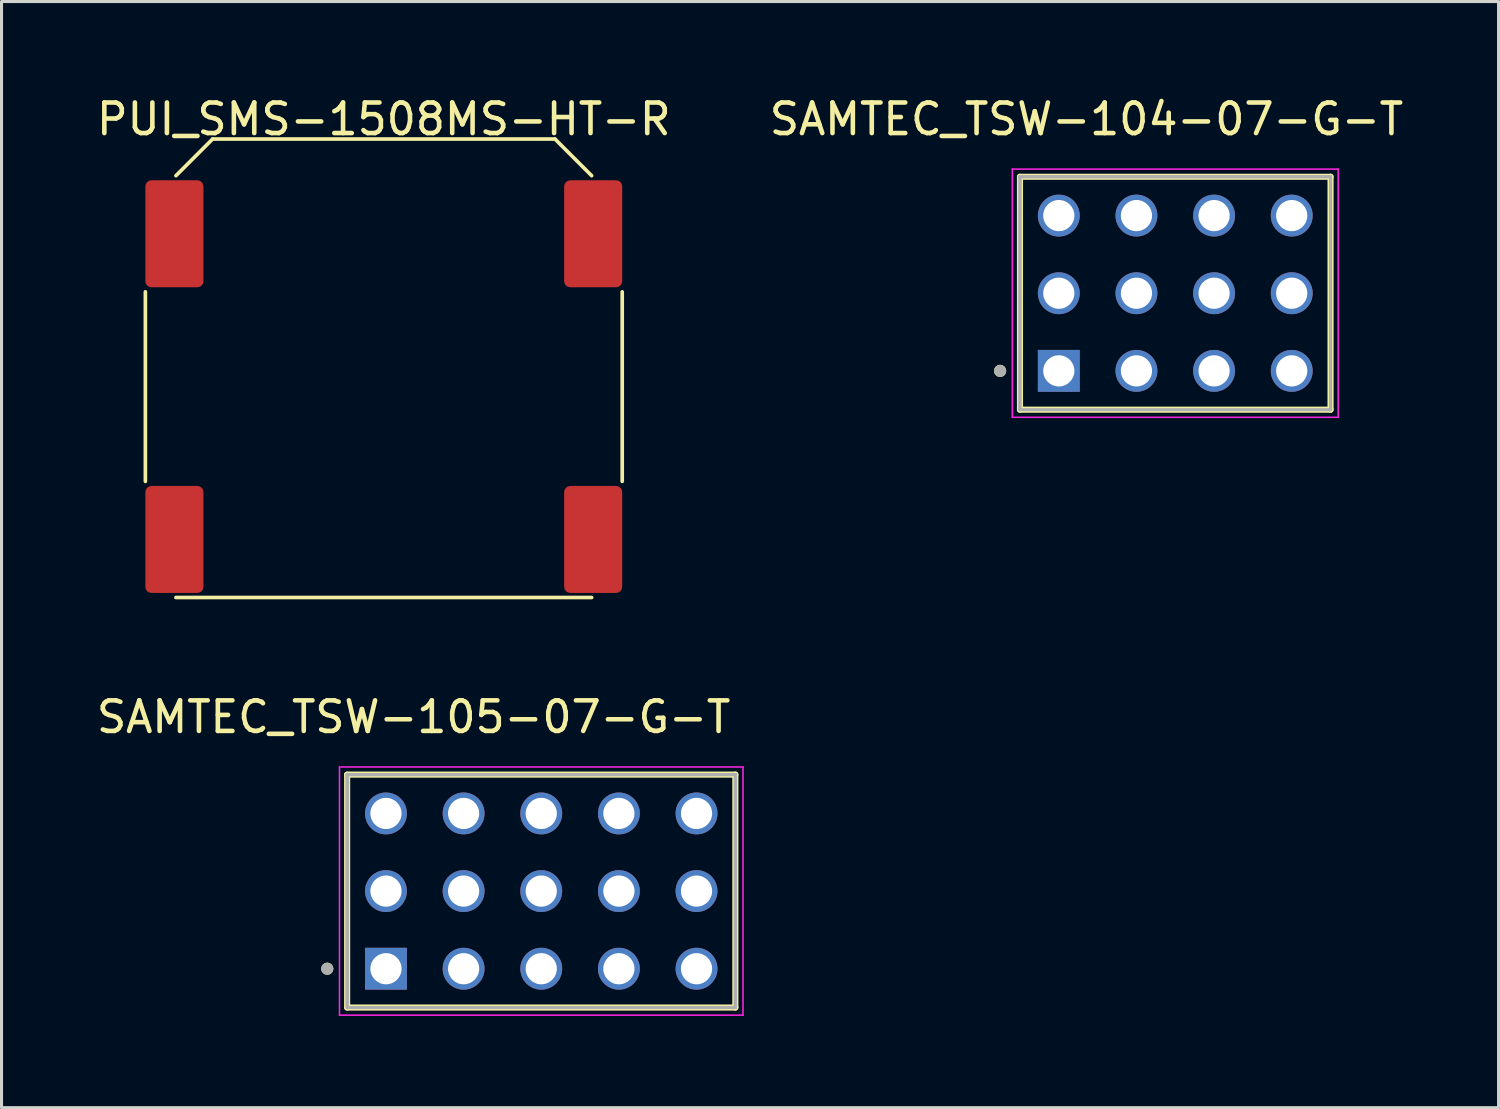
<source format=kicad_pcb>
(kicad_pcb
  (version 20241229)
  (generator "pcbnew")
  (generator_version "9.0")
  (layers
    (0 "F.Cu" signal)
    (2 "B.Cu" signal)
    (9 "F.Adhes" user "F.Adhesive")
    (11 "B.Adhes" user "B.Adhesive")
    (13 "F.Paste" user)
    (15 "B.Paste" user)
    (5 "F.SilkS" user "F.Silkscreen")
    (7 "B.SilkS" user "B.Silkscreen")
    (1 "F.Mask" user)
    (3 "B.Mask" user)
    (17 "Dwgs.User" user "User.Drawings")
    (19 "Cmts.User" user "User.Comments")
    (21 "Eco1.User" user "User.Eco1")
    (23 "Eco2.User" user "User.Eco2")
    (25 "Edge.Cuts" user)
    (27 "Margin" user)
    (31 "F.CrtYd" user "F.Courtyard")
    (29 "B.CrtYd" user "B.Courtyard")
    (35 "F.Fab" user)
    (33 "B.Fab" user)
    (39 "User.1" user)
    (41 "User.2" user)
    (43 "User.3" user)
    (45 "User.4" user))
  (footprint "PUI_SMS-1508MS-HT-R"
    (layer "F.Cu")
    (at 9.506 9.098)
    (property "Reference" "PUI_SMS-1508MS-HT-R" (at 0 -8.25 0) (unlocked yes) (layer "F.SilkS") (effects (font (size 1 1) (thickness 0.15))))
    (attr smd)
    (fp_line (start -7.8 3.6) (end -7.8 -2.6) (stroke (width 0.12) (type solid)) (layer "F.SilkS"))
    (fp_line (start -6.8 -6.4) (end -5.6 -7.6) (stroke (width 0.12) (type solid)) (layer "F.SilkS"))
    (fp_line (start -5.6 -7.6) (end 5.6 -7.6) (stroke (width 0.12) (type solid)) (layer "F.SilkS"))
    (fp_line (start 5.6 -7.6) (end 6.8 -6.4) (stroke (width 0.12) (type solid)) (layer "F.SilkS"))
    (fp_line (start 6.8 7.4) (end -6.8 7.4) (stroke (width 0.12) (type solid)) (layer "F.SilkS"))
    (fp_line (start 7.8 -2.6) (end 7.8 3.6) (stroke (width 0.12) (type solid)) (layer "F.SilkS"))
    (pad "1" smd roundrect (at 6.85 5.5) (size 1.9 3.5) (layers "F.Cu" "F.Mask" "F.Paste") (roundrect_rratio 0.105))
    (pad "2" smd roundrect (at -6.85 5.5) (size 1.9 3.5) (layers "F.Cu" "F.Mask" "F.Paste") (roundrect_rratio 0.105))
    (pad "NC" smd roundrect (at -6.85 -4.5) (size 1.9 3.5) (layers "F.Cu" "F.Mask" "F.Paste") (roundrect_rratio 0.105))
    (pad "NC" smd roundrect (at 6.85 -4.5) (size 1.9 3.5) (layers "F.Cu" "F.Mask" "F.Paste") (roundrect_rratio 0.105))
    (zone (net_name "") (layer "F.Cu") (hatch edge 0.508) (connect_pads) (min_thickness 0.254) (filled_areas_thickness no) (keepout (tracks allowed) (vias allowed) (pads not_allowed) (copperpour allowed) (footprints not_allowed)) (placement (enabled no)) (fill) (polygon (pts (xy 14.506 14.598) (xy 4.506 14.598) (xy 4.506 3.598) (xy 14.506 3.598)))))
  (footprint "SAMTEC_TSW-104-07-G-T"
    (layer "F.Cu")
    (at 35.399 6.543)
    (property "Reference" "SAMTEC_TSW-104-07-G-T" (at -2.905 -5.695 0) (layer "F.SilkS") (effects (font (size 1 1) (thickness 0.15))))
    (attr through_hole)
    (fp_line (start -5.08 3.81) (end -5.08 -3.81) (stroke (width 0.2) (type solid)) (layer "F.SilkS"))
    (fp_line (start 5.08 -3.81) (end -5.08 -3.81) (stroke (width 0.2) (type solid)) (layer "F.SilkS"))
    (fp_line (start 5.08 -3.81) (end 5.08 3.81) (stroke (width 0.2) (type solid)) (layer "F.SilkS"))
    (fp_line (start 5.08 3.81) (end -5.08 3.81) (stroke (width 0.2) (type solid)) (layer "F.SilkS"))
    (fp_circle (center -5.73 2.54) (end -5.63 2.54) (stroke (width 0.2) (type solid)) (fill no) (layer "F.SilkS"))
    (fp_line (start -5.33 -4.06) (end 5.33 -4.06) (stroke (width 0.05) (type solid)) (layer "F.CrtYd"))
    (fp_line (start -5.33 4.06) (end -5.33 -4.06) (stroke (width 0.05) (type solid)) (layer "F.CrtYd"))
    (fp_line (start 5.33 -4.06) (end 5.33 4.06) (stroke (width 0.05) (type solid)) (layer "F.CrtYd"))
    (fp_line (start 5.33 4.06) (end -5.33 4.06) (stroke (width 0.05) (type solid)) (layer "F.CrtYd"))
    (fp_line (start -5.08 -3.81) (end 5.08 -3.81) (stroke (width 0.1) (type solid)) (layer "F.Fab"))
    (fp_line (start -5.08 -3.81) (end 5.08 -3.81) (stroke (width 0.1) (type solid)) (layer "F.Fab"))
    (fp_line (start -5.08 3.81) (end -5.08 -3.81) (stroke (width 0.1) (type solid)) (layer "F.Fab"))
    (fp_line (start -5.08 3.81) (end -5.08 -3.81) (stroke (width 0.1) (type solid)) (layer "F.Fab"))
    (fp_line (start 5.08 -3.81) (end 5.08 3.81) (stroke (width 0.1) (type solid)) (layer "F.Fab"))
    (fp_line (start 5.08 -3.81) (end 5.08 3.81) (stroke (width 0.1) (type solid)) (layer "F.Fab"))
    (fp_line (start 5.08 3.81) (end -5.08 3.81) (stroke (width 0.1) (type solid)) (layer "F.Fab"))
    (fp_circle (center -5.73 2.54) (end -5.63 2.54) (stroke (width 0.2) (type solid)) (fill no) (layer "F.Fab"))
    (pad "1" thru_hole rect (at -3.81 2.54) (size 1.37 1.37) (drill 1.02) (layers "*.Cu" "*.Mask"))
    (pad "2" thru_hole circle (at -3.81 0) (size 1.37 1.37) (drill 1.02) (layers "*.Cu" "*.Mask"))
    (pad "3" thru_hole circle (at -3.81 -2.54) (size 1.37 1.37) (drill 1.02) (layers "*.Cu" "*.Mask"))
    (pad "4" thru_hole circle (at -1.27 2.54) (size 1.37 1.37) (drill 1.02) (layers "*.Cu" "*.Mask"))
    (pad "5" thru_hole circle (at -1.27 0) (size 1.37 1.37) (drill 1.02) (layers "*.Cu" "*.Mask"))
    (pad "6" thru_hole circle (at -1.27 -2.54) (size 1.37 1.37) (drill 1.02) (layers "*.Cu" "*.Mask"))
    (pad "7" thru_hole circle (at 1.27 2.54) (size 1.37 1.37) (drill 1.02) (layers "*.Cu" "*.Mask"))
    (pad "8" thru_hole circle (at 1.27 0) (size 1.37 1.37) (drill 1.02) (layers "*.Cu" "*.Mask"))
    (pad "9" thru_hole circle (at 1.27 -2.54) (size 1.37 1.37) (drill 1.02) (layers "*.Cu" "*.Mask"))
    (pad "10" thru_hole circle (at 3.81 2.54) (size 1.37 1.37) (drill 1.02) (layers "*.Cu" "*.Mask"))
    (pad "11" thru_hole circle (at 3.81 0) (size 1.37 1.37) (drill 1.02) (layers "*.Cu" "*.Mask"))
    (pad "12" thru_hole circle (at 3.81 -2.54) (size 1.37 1.37) (drill 1.02) (layers "*.Cu" "*.Mask")))
  (footprint "SAMTEC_TSW-105-07-G-T"
    (layer "F.Cu")
    (at 14.657 26.102)
    (property "Reference" "SAMTEC_TSW-105-07-G-T" (at -4.175 -5.695 0) (layer "F.SilkS") (effects (font (size 1 1) (thickness 0.15))))
    (attr through_hole)
    (fp_line (start -6.35 3.81) (end -6.35 -3.81) (stroke (width 0.2) (type solid)) (layer "F.SilkS"))
    (fp_line (start 6.35 -3.81) (end -6.35 -3.81) (stroke (width 0.2) (type solid)) (layer "F.SilkS"))
    (fp_line (start 6.35 -3.81) (end 6.35 3.81) (stroke (width 0.2) (type solid)) (layer "F.SilkS"))
    (fp_line (start 6.35 3.81) (end -6.35 3.81) (stroke (width 0.2) (type solid)) (layer "F.SilkS"))
    (fp_circle (center -7 2.54) (end -6.9 2.54) (stroke (width 0.2) (type solid)) (fill no) (layer "F.SilkS"))
    (fp_line (start -6.6 -4.06) (end 6.6 -4.06) (stroke (width 0.05) (type solid)) (layer "F.CrtYd"))
    (fp_line (start -6.6 4.06) (end -6.6 -4.06) (stroke (width 0.05) (type solid)) (layer "F.CrtYd"))
    (fp_line (start 6.6 -4.06) (end 6.6 4.06) (stroke (width 0.05) (type solid)) (layer "F.CrtYd"))
    (fp_line (start 6.6 4.06) (end -6.6 4.06) (stroke (width 0.05) (type solid)) (layer "F.CrtYd"))
    (fp_line (start -6.35 -3.81) (end 6.35 -3.81) (stroke (width 0.1) (type solid)) (layer "F.Fab"))
    (fp_line (start -6.35 -3.81) (end 6.35 -3.81) (stroke (width 0.1) (type solid)) (layer "F.Fab"))
    (fp_line (start -6.35 3.81) (end -6.35 -3.81) (stroke (width 0.1) (type solid)) (layer "F.Fab"))
    (fp_line (start -6.35 3.81) (end -6.35 -3.81) (stroke (width 0.1) (type solid)) (layer "F.Fab"))
    (fp_line (start 6.35 -3.81) (end 6.35 3.81) (stroke (width 0.1) (type solid)) (layer "F.Fab"))
    (fp_line (start 6.35 -3.81) (end 6.35 3.81) (stroke (width 0.1) (type solid)) (layer "F.Fab"))
    (fp_line (start 6.35 3.81) (end -6.35 3.81) (stroke (width 0.1) (type solid)) (layer "F.Fab"))
    (fp_circle (center -7 2.54) (end -6.9 2.54) (stroke (width 0.2) (type solid)) (fill no) (layer "F.Fab"))
    (pad "1" thru_hole rect (at -5.08 2.54) (size 1.37 1.37) (drill 1.02) (layers "*.Cu" "*.Mask"))
    (pad "2" thru_hole circle (at -5.08 0) (size 1.37 1.37) (drill 1.02) (layers "*.Cu" "*.Mask"))
    (pad "3" thru_hole circle (at -5.08 -2.54) (size 1.37 1.37) (drill 1.02) (layers "*.Cu" "*.Mask"))
    (pad "4" thru_hole circle (at -2.54 2.54) (size 1.37 1.37) (drill 1.02) (layers "*.Cu" "*.Mask"))
    (pad "5" thru_hole circle (at -2.54 0) (size 1.37 1.37) (drill 1.02) (layers "*.Cu" "*.Mask"))
    (pad "6" thru_hole circle (at -2.54 -2.54) (size 1.37 1.37) (drill 1.02) (layers "*.Cu" "*.Mask"))
    (pad "7" thru_hole circle (at 0 2.54) (size 1.37 1.37) (drill 1.02) (layers "*.Cu" "*.Mask"))
    (pad "8" thru_hole circle (at 0 0) (size 1.37 1.37) (drill 1.02) (layers "*.Cu" "*.Mask"))
    (pad "9" thru_hole circle (at 0 -2.54) (size 1.37 1.37) (drill 1.02) (layers "*.Cu" "*.Mask"))
    (pad "10" thru_hole circle (at 2.54 2.54) (size 1.37 1.37) (drill 1.02) (layers "*.Cu" "*.Mask"))
    (pad "11" thru_hole circle (at 2.54 0) (size 1.37 1.37) (drill 1.02) (layers "*.Cu" "*.Mask"))
    (pad "12" thru_hole circle (at 2.54 -2.54) (size 1.37 1.37) (drill 1.02) (layers "*.Cu" "*.Mask"))
    (pad "13" thru_hole circle (at 5.08 2.54) (size 1.37 1.37) (drill 1.02) (layers "*.Cu" "*.Mask"))
    (pad "14" thru_hole circle (at 5.08 0) (size 1.37 1.37) (drill 1.02) (layers "*.Cu" "*.Mask"))
    (pad "15" thru_hole circle (at 5.08 -2.54) (size 1.37 1.37) (drill 1.02) (layers "*.Cu" "*.Mask")))
  (gr_rect
    (start -3 -3)
    (end 45.976 33.187)
    (stroke (width 0.1) (type default))
    (fill no)
    (layer "Edge.Cuts")))
</source>
